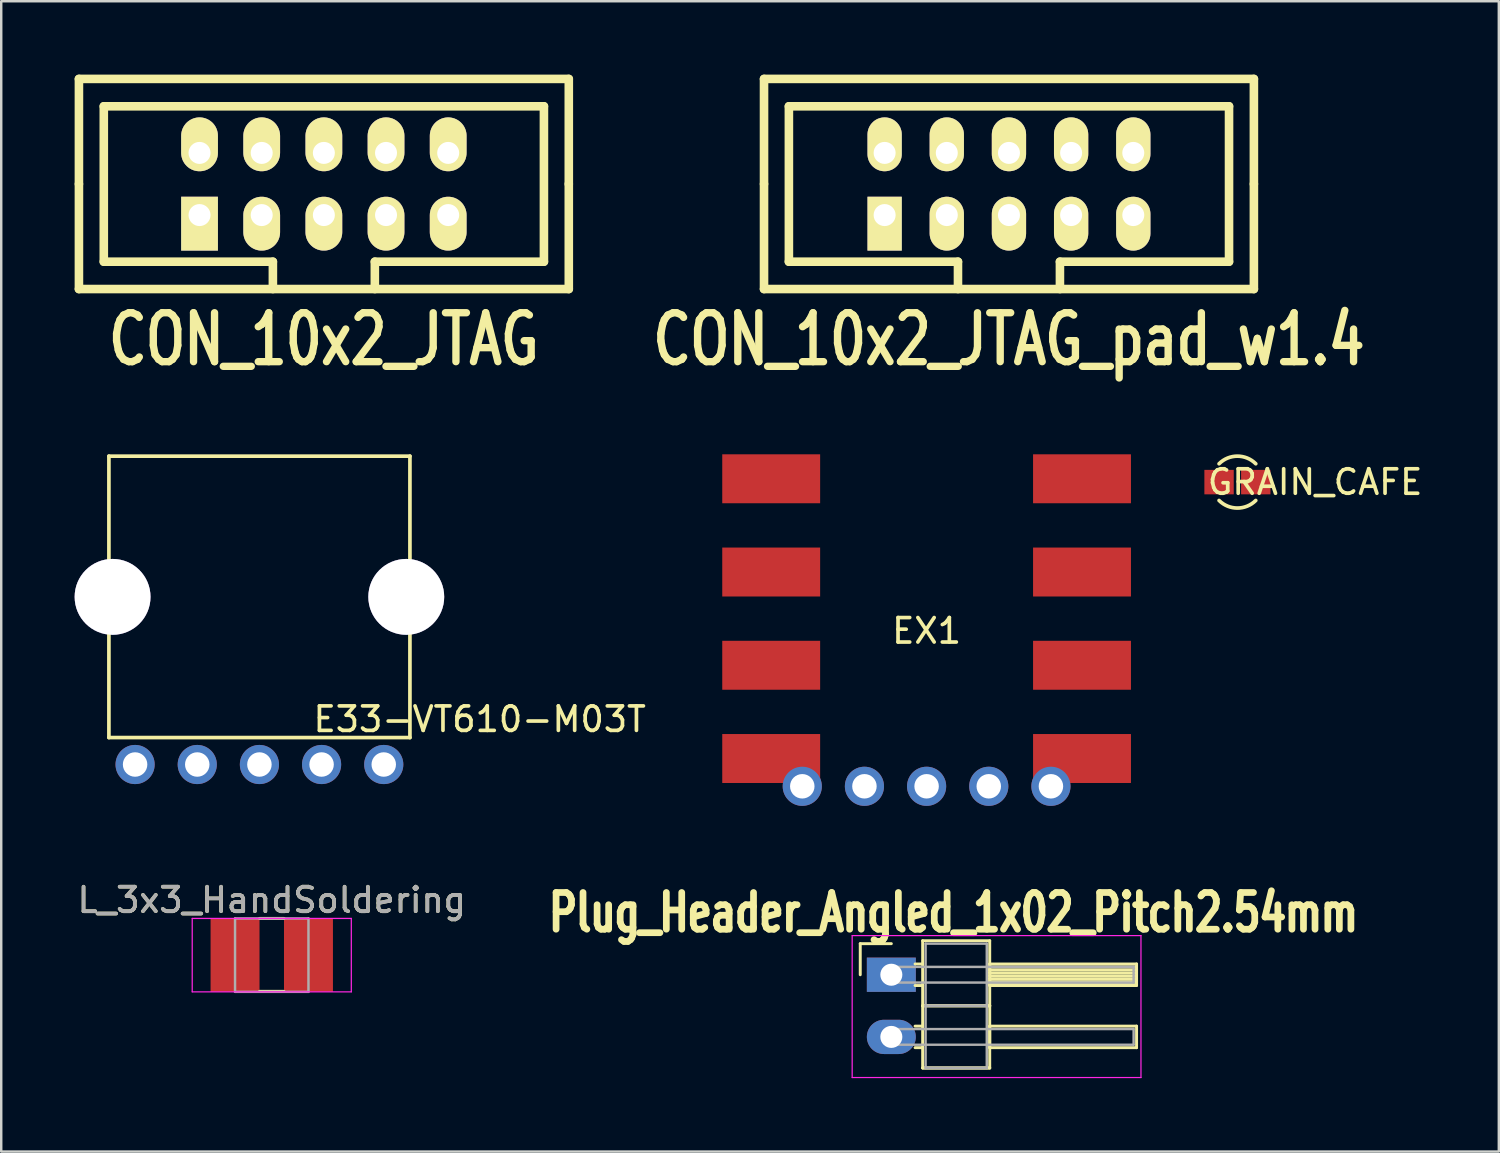
<source format=kicad_pcb>
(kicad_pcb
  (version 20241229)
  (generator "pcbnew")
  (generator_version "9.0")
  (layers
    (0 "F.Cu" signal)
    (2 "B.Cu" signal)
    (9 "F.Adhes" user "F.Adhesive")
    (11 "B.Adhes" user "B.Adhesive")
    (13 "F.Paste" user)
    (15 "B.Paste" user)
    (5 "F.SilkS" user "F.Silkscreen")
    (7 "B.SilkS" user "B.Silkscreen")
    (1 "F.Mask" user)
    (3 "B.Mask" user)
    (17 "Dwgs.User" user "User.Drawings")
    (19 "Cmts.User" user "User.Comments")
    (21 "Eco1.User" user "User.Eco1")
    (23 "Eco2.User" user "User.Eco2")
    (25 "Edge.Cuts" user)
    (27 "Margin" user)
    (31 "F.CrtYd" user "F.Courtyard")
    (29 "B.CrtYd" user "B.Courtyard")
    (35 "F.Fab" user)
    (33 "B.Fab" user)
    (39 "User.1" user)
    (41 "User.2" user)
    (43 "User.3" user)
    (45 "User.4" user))
  (footprint "E33-VT610-M03T"
    (layer "F.Cu")
    (at 7.55 21.338)
    (property "Reference" "E33-VT610-M03T" (at 9 5 0) (layer "F.SilkS") (effects (font (size 1 1) (thickness 0.15))))
    (attr through_hole)
    (fp_line (start -6.15 -5.75) (end -6.15 5.75) (stroke (width 0.15) (type solid)) (layer "F.SilkS"))
    (fp_line (start -6.15 -5.75) (end 6.15 -5.75) (stroke (width 0.15) (type solid)) (layer "F.SilkS"))
    (fp_line (start -6.15 5.75) (end 6.15 5.75) (stroke (width 0.15) (type solid)) (layer "F.SilkS"))
    (fp_line (start 6.15 5.75) (end 6.15 -5.75) (stroke (width 0.15) (type solid)) (layer "F.SilkS"))
    (pad "1" thru_hole circle (at -5.08 6.85) (size 1.6 1.6) (drill 1) (layers "*.Cu" "*.Mask"))
    (pad "2" thru_hole circle (at -2.54 6.85) (size 1.6 1.6) (drill 1) (layers "*.Cu" "*.Mask"))
    (pad "3" thru_hole circle (at 0 6.85) (size 1.6 1.6) (drill 1) (layers "*.Cu" "*.Mask"))
    (pad "4" thru_hole circle (at 2.54 6.85) (size 1.6 1.6) (drill 1) (layers "*.Cu" "*.Mask"))
    (pad "5" thru_hole circle (at 5.08 6.85) (size 1.6 1.6) (drill 1) (layers "*.Cu" "*.Mask"))
    (pad "6" thru_hole circle (at -6 0) (size 3.1 3.1) (drill 3.1) (layers "*.Cu" "*.Mask"))
    (pad "6" thru_hole circle (at 6 0) (size 3.1 3.1) (drill 3.1) (layers "*.Cu" "*.Mask")))
  (footprint "CON_10x2_JTAG_pad_w1.4"
    (layer "F.Cu")
    (at 38.176 4.468)
    (property "Reference" "CON_10x2_JTAG_pad_w1.4" (at 0 6.35 0) (layer "F.SilkS") (effects (font (size 1.999 1.501) (thickness 0.3))))
    (attr through_hole)
    (fp_line (start -10.008 -4.293) (end 10.008 -4.293) (stroke (width 0.351) (type solid)) (layer "F.SilkS"))
    (fp_line (start -10.008 0) (end -10.008 -4.293) (stroke (width 0.351) (type solid)) (layer "F.SilkS"))
    (fp_line (start -10.008 0) (end -10.008 4.293) (stroke (width 0.351) (type solid)) (layer "F.SilkS"))
    (fp_line (start -10.008 4.293) (end 10.008 4.293) (stroke (width 0.351) (type solid)) (layer "F.SilkS"))
    (fp_line (start -8.992 -3.175) (end -8.992 3.175) (stroke (width 0.351) (type solid)) (layer "F.SilkS"))
    (fp_line (start -2.083 3.175) (end -8.992 3.175) (stroke (width 0.351) (type solid)) (layer "F.SilkS"))
    (fp_line (start -2.083 4.293) (end -2.083 3.175) (stroke (width 0.351) (type solid)) (layer "F.SilkS"))
    (fp_line (start 2.083 3.175) (end 8.992 3.175) (stroke (width 0.351) (type solid)) (layer "F.SilkS"))
    (fp_line (start 2.083 4.293) (end 2.083 3.175) (stroke (width 0.351) (type solid)) (layer "F.SilkS"))
    (fp_line (start 8.992 -3.175) (end -8.992 -3.175) (stroke (width 0.351) (type solid)) (layer "F.SilkS"))
    (fp_line (start 8.992 3.175) (end 8.992 -3.175) (stroke (width 0.351) (type solid)) (layer "F.SilkS"))
    (fp_line (start 10.008 0) (end 10.008 -4.293) (stroke (width 0.351) (type solid)) (layer "F.SilkS"))
    (fp_line (start 10.008 0) (end 10.008 4.293) (stroke (width 0.351) (type solid)) (layer "F.SilkS"))
    (pad "1" thru_hole rect (at -5.08 1.27) (size 1.4 2.2) (drill 0.899 (offset 0 0.351)) (layers "*.Cu" "*.Mask" "F.SilkS"))
    (pad "2" thru_hole oval (at -5.08 -1.27) (size 1.4 2.2) (drill 0.899 (offset 0 -0.351)) (layers "*.Cu" "*.Mask" "F.SilkS"))
    (pad "3" thru_hole oval (at -2.54 1.27) (size 1.4 2.2) (drill 0.899 (offset 0 0.351)) (layers "*.Cu" "*.Mask" "F.SilkS"))
    (pad "4" thru_hole oval (at -2.54 -1.27) (size 1.4 2.2) (drill 0.899 (offset 0 -0.351)) (layers "*.Cu" "*.Mask" "F.SilkS"))
    (pad "5" thru_hole oval (at 0 1.27) (size 1.4 2.2) (drill 0.899 (offset 0 0.351)) (layers "*.Cu" "*.Mask" "F.SilkS"))
    (pad "6" thru_hole oval (at 0 -1.27) (size 1.4 2.2) (drill 0.899 (offset 0 -0.351)) (layers "*.Cu" "*.Mask" "F.SilkS"))
    (pad "7" thru_hole oval (at 2.54 1.27) (size 1.4 2.2) (drill 0.899 (offset 0 0.351)) (layers "*.Cu" "*.Mask" "F.SilkS"))
    (pad "8" thru_hole oval (at 2.54 -1.27) (size 1.4 2.2) (drill 0.899 (offset 0 -0.351)) (layers "*.Cu" "*.Mask" "F.SilkS"))
    (pad "9" thru_hole oval (at 5.08 1.27) (size 1.4 2.2) (drill 0.899 (offset 0 0.351)) (layers "*.Cu" "*.Mask" "F.SilkS"))
    (pad "10" thru_hole oval (at 5.08 -1.27) (size 1.4 2.2) (drill 0.899 (offset 0 -0.351)) (layers "*.Cu" "*.Mask" "F.SilkS")))
  (footprint "GRAIN_CAFE"
    (layer "F.Cu")
    (at 47.511 16.649)
    (property "Reference" "GRAIN_CAFE" (at 3.175 0 0) (layer "F.SilkS") (effects (font (size 1 1) (thickness 0.15))))
    (attr through_hole)
    (fp_line (start -0.127 -0.381) (end -0.127 0.381) (stroke (width 0.25) (type solid)) (layer "F.Mask"))
    (fp_line (start 0 -0.381) (end 0 0.381) (stroke (width 0.25) (type solid)) (layer "F.Mask"))
    (fp_line (start 0.127 -0.381) (end 0.127 0.381) (stroke (width 0.25) (type solid)) (layer "F.Mask"))
    (fp_arc (start -0.75 -0.75) (mid 0 -1.06066) (end 0.75 -0.75) (stroke (width 0.15) (type solid)) (layer "F.SilkS"))
    (fp_arc (start 0.75 0.75) (mid 0 1.06066) (end -0.75 0.75) (stroke (width 0.15) (type solid)) (layer "F.SilkS"))
    (pad "1" smd rect (at -0.75 0) (size 1.2 1) (layers "F.Cu" "F.Mask" "F.Paste"))
    (pad "2" smd rect (at 0.75 0) (size 1.2 1) (layers "F.Cu" "F.Mask" "F.Paste")))
  (footprint "CON_10x2_JTAG"
    (layer "F.Cu")
    (at 10.183 4.468)
    (property "Reference" "CON_10x2_JTAG" (at 0 6.35 0) (layer "F.SilkS") (effects (font (size 1.999 1.501) (thickness 0.3))))
    (attr through_hole)
    (fp_line (start -10.008 -4.293) (end 10.008 -4.293) (stroke (width 0.351) (type solid)) (layer "F.SilkS"))
    (fp_line (start -10.008 0) (end -10.008 -4.293) (stroke (width 0.351) (type solid)) (layer "F.SilkS"))
    (fp_line (start -10.008 0) (end -10.008 4.293) (stroke (width 0.351) (type solid)) (layer "F.SilkS"))
    (fp_line (start -10.008 4.293) (end 10.008 4.293) (stroke (width 0.351) (type solid)) (layer "F.SilkS"))
    (fp_line (start -8.992 -3.175) (end -8.992 3.175) (stroke (width 0.351) (type solid)) (layer "F.SilkS"))
    (fp_line (start -2.083 3.175) (end -8.992 3.175) (stroke (width 0.351) (type solid)) (layer "F.SilkS"))
    (fp_line (start -2.083 4.293) (end -2.083 3.175) (stroke (width 0.351) (type solid)) (layer "F.SilkS"))
    (fp_line (start 2.083 3.175) (end 8.992 3.175) (stroke (width 0.351) (type solid)) (layer "F.SilkS"))
    (fp_line (start 2.083 4.293) (end 2.083 3.175) (stroke (width 0.351) (type solid)) (layer "F.SilkS"))
    (fp_line (start 8.992 -3.175) (end -8.992 -3.175) (stroke (width 0.351) (type solid)) (layer "F.SilkS"))
    (fp_line (start 8.992 3.175) (end 8.992 -3.175) (stroke (width 0.351) (type solid)) (layer "F.SilkS"))
    (fp_line (start 10.008 0) (end 10.008 -4.293) (stroke (width 0.351) (type solid)) (layer "F.SilkS"))
    (fp_line (start 10.008 0) (end 10.008 4.293) (stroke (width 0.351) (type solid)) (layer "F.SilkS"))
    (pad "1" thru_hole rect (at -5.08 1.27) (size 1.501 2.2) (drill 0.899 (offset 0 0.351)) (layers "*.Cu" "*.Mask" "F.SilkS"))
    (pad "2" thru_hole oval (at -5.08 -1.27) (size 1.501 2.2) (drill 0.899 (offset 0 -0.351)) (layers "*.Cu" "*.Mask" "F.SilkS"))
    (pad "3" thru_hole oval (at -2.54 1.27) (size 1.501 2.2) (drill 0.899 (offset 0 0.351)) (layers "*.Cu" "*.Mask" "F.SilkS"))
    (pad "4" thru_hole oval (at -2.54 -1.27) (size 1.501 2.2) (drill 0.899 (offset 0 -0.351)) (layers "*.Cu" "*.Mask" "F.SilkS"))
    (pad "5" thru_hole oval (at 0 1.27) (size 1.501 2.2) (drill 0.899 (offset 0 0.351)) (layers "*.Cu" "*.Mask" "F.SilkS"))
    (pad "6" thru_hole oval (at 0 -1.27) (size 1.501 2.2) (drill 0.899 (offset 0 -0.351)) (layers "*.Cu" "*.Mask" "F.SilkS"))
    (pad "7" thru_hole oval (at 2.54 1.27) (size 1.501 2.2) (drill 0.899 (offset 0 0.351)) (layers "*.Cu" "*.Mask" "F.SilkS"))
    (pad "8" thru_hole oval (at 2.54 -1.27) (size 1.501 2.2) (drill 0.899 (offset 0 -0.351)) (layers "*.Cu" "*.Mask" "F.SilkS"))
    (pad "9" thru_hole oval (at 5.08 1.27) (size 1.501 2.2) (drill 0.899 (offset 0 0.351)) (layers "*.Cu" "*.Mask" "F.SilkS"))
    (pad "10" thru_hole oval (at 5.08 -1.27) (size 1.501 2.2) (drill 0.899 (offset 0 -0.351)) (layers "*.Cu" "*.Mask" "F.SilkS")))
  (footprint "L_3x3_HandSoldering"
    (layer "F.Cu")
    (at 8.054 35.977)
    (property "Reference" "L_3x3_HandSoldering" (at 0 -2.25 0) (layer "F.SilkS") (effects (font (size 1 1) (thickness 0.15))))
    (attr smd)
    (fp_line (start -0.5 1.48) (end 0.5 1.48) (stroke (width 0.12) (type solid)) (layer "F.SilkS"))
    (fp_line (start 0.5 -1.5) (end -0.5 -1.5) (stroke (width 0.12) (type solid)) (layer "F.SilkS"))
    (fp_line (start -3.25 -1.5) (end -3.25 1.5) (stroke (width 0.05) (type solid)) (layer "F.CrtYd"))
    (fp_line (start -3.25 -1.5) (end 3.25 -1.5) (stroke (width 0.05) (type solid)) (layer "F.CrtYd"))
    (fp_line (start 3.25 1.5) (end -3.25 1.5) (stroke (width 0.05) (type solid)) (layer "F.CrtYd"))
    (fp_line (start 3.25 1.5) (end 3.25 -1.5) (stroke (width 0.05) (type solid)) (layer "F.CrtYd"))
    (fp_line (start -1.5 -1.5) (end 1.5 -1.5) (stroke (width 0.1) (type solid)) (layer "F.Fab"))
    (fp_line (start -1.5 1.5) (end -1.5 -1.5) (stroke (width 0.1) (type solid)) (layer "F.Fab"))
    (fp_line (start 1.5 -1.5) (end 1.5 1.5) (stroke (width 0.1) (type solid)) (layer "F.Fab"))
    (fp_line (start 1.5 1.5) (end -1.5 1.5) (stroke (width 0.1) (type solid)) (layer "F.Fab"))
    (fp_text user "${REFERENCE}" (at 0 -2.25 0) (layer "F.Fab") (effects (font (size 1 1) (thickness 0.15))))
    (pad "1" smd rect (at -1.5 0) (size 2 3) (layers "F.Cu" "F.Mask" "F.Paste"))
    (pad "2" smd rect (at 1.5 0) (size 2 3) (layers "F.Cu" "F.Mask" "F.Paste")))
  (footprint "EX1"
    (layer "F.Cu")
    (at 34.811 22.228)
    (property "Reference" "EX1" (at 0 0.5 0) (layer "F.SilkS") (effects (font (size 1 1) (thickness 0.15))))
    (attr through_hole)
    (pad "1" smd rect (at -6.35 -5.715) (size 4 2) (layers "F.Cu" "F.Mask" "F.Paste"))
    (pad "1" thru_hole circle (at -5.08 6.85) (size 1.6 1.6) (drill 1) (layers "*.Cu" "*.Mask"))
    (pad "2" smd rect (at -6.35 -1.905) (size 4 2) (layers "F.Cu" "F.Mask" "F.Paste"))
    (pad "2" thru_hole circle (at -2.54 6.85) (size 1.6 1.6) (drill 1) (layers "*.Cu" "*.Mask"))
    (pad "3" smd rect (at -6.35 1.905) (size 4 2) (layers "F.Cu" "F.Mask" "F.Paste"))
    (pad "3" thru_hole circle (at 0 6.85) (size 1.6 1.6) (drill 1) (layers "*.Cu" "*.Mask"))
    (pad "4" smd rect (at -6.35 5.715) (size 4 2) (layers "F.Cu" "F.Mask" "F.Paste"))
    (pad "4" thru_hole circle (at 2.54 6.85) (size 1.6 1.6) (drill 1) (layers "*.Cu" "*.Mask"))
    (pad "5" thru_hole circle (at 5.08 6.85) (size 1.6 1.6) (drill 1) (layers "*.Cu" "*.Mask"))
    (pad "5" smd rect (at 6.35 5.715) (size 4 2) (layers "F.Cu" "F.Mask" "F.Paste"))
    (pad "6" smd rect (at 6.35 1.905) (size 4 2) (layers "F.Cu" "F.Mask" "F.Paste"))
    (pad "7" smd rect (at 6.35 -1.905) (size 4 2) (layers "F.Cu" "F.Mask" "F.Paste"))
    (pad "8" smd rect (at 6.35 -5.715) (size 4 2) (layers "F.Cu" "F.Mask" "F.Paste")))
  (footprint "Plug_Header_Angled_1x02_Pitch2.54mm"
    (layer "F.Cu")
    (at 33.37 36.778)
    (property "Reference" "Plug_Header_Angled_1x02_Pitch2.54mm" (at 2.54 -2.54 0) (layer "F.SilkS") (effects (font (size 1.5 1.1) (thickness 0.275))))
    (attr through_hole)
    (fp_line (start -1.27 -1.27) (end 0 -1.27) (stroke (width 0.12) (type solid)) (layer "F.SilkS"))
    (fp_line (start -1.27 0) (end -1.27 -1.27) (stroke (width 0.12) (type solid)) (layer "F.SilkS"))
    (fp_line (start 0.97 -0.44) (end 1.28 -0.44) (stroke (width 0.12) (type solid)) (layer "F.SilkS"))
    (fp_line (start 0.97 0.44) (end 1.28 0.44) (stroke (width 0.12) (type solid)) (layer "F.SilkS"))
    (fp_line (start 0.97 2.1) (end 1.28 2.1) (stroke (width 0.12) (type solid)) (layer "F.SilkS"))
    (fp_line (start 0.97 2.98) (end 1.28 2.98) (stroke (width 0.12) (type solid)) (layer "F.SilkS"))
    (fp_line (start 1.28 -1.39) (end 1.28 1.27) (stroke (width 0.12) (type solid)) (layer "F.SilkS"))
    (fp_line (start 1.28 1.27) (end 1.28 3.81) (stroke (width 0.12) (type solid)) (layer "F.SilkS"))
    (fp_line (start 1.28 1.27) (end 4.02 1.27) (stroke (width 0.12) (type solid)) (layer "F.SilkS"))
    (fp_line (start 1.28 3.81) (end 4.02 3.81) (stroke (width 0.12) (type solid)) (layer "F.SilkS"))
    (fp_line (start 4.02 -1.39) (end 1.28 -1.39) (stroke (width 0.12) (type solid)) (layer "F.SilkS"))
    (fp_line (start 4.02 -0.44) (end 4.02 0.44) (stroke (width 0.12) (type solid)) (layer "F.SilkS"))
    (fp_line (start 4.02 -0.32) (end 10.02 -0.32) (stroke (width 0.12) (type solid)) (layer "F.SilkS"))
    (fp_line (start 4.02 -0.2) (end 10.02 -0.2) (stroke (width 0.12) (type solid)) (layer "F.SilkS"))
    (fp_line (start 4.02 -0.08) (end 10.02 -0.08) (stroke (width 0.12) (type solid)) (layer "F.SilkS"))
    (fp_line (start 4.02 0.04) (end 10.02 0.04) (stroke (width 0.12) (type solid)) (layer "F.SilkS"))
    (fp_line (start 4.02 0.16) (end 10.02 0.16) (stroke (width 0.12) (type solid)) (layer "F.SilkS"))
    (fp_line (start 4.02 0.28) (end 10.02 0.28) (stroke (width 0.12) (type solid)) (layer "F.SilkS"))
    (fp_line (start 4.02 0.4) (end 10.02 0.4) (stroke (width 0.12) (type solid)) (layer "F.SilkS"))
    (fp_line (start 4.02 0.44) (end 10.02 0.44) (stroke (width 0.12) (type solid)) (layer "F.SilkS"))
    (fp_line (start 4.02 1.27) (end 1.28 1.27) (stroke (width 0.12) (type solid)) (layer "F.SilkS"))
    (fp_line (start 4.02 1.27) (end 4.02 -1.39) (stroke (width 0.12) (type solid)) (layer "F.SilkS"))
    (fp_line (start 4.02 2.1) (end 4.02 2.98) (stroke (width 0.12) (type solid)) (layer "F.SilkS"))
    (fp_line (start 4.02 2.98) (end 10.02 2.98) (stroke (width 0.12) (type solid)) (layer "F.SilkS"))
    (fp_line (start 4.02 3.81) (end 1.28 3.81) (stroke (width 0.12) (type solid)) (layer "F.SilkS"))
    (fp_line (start 4.02 3.81) (end 4.02 1.27) (stroke (width 0.12) (type solid)) (layer "F.SilkS"))
    (fp_line (start 10.02 -0.44) (end 4.02 -0.44) (stroke (width 0.12) (type solid)) (layer "F.SilkS"))
    (fp_line (start 10.02 0.44) (end 10.02 -0.44) (stroke (width 0.12) (type solid)) (layer "F.SilkS"))
    (fp_line (start 10.02 2.1) (end 4.02 2.1) (stroke (width 0.12) (type solid)) (layer "F.SilkS"))
    (fp_line (start 10.02 2.98) (end 10.02 2.1) (stroke (width 0.12) (type solid)) (layer "F.SilkS"))
    (fp_line (start -1.6 -1.6) (end -1.6 4.2) (stroke (width 0.05) (type solid)) (layer "F.CrtYd"))
    (fp_line (start -1.6 4.2) (end 10.2 4.2) (stroke (width 0.05) (type solid)) (layer "F.CrtYd"))
    (fp_line (start 10.2 -1.6) (end -1.6 -1.6) (stroke (width 0.05) (type solid)) (layer "F.CrtYd"))
    (fp_line (start 10.2 -1.6) (end 10.2 4.2) (stroke (width 0.05) (type solid)) (layer "F.CrtYd"))
    (fp_line (start 0 -0.32) (end 0 0.32) (stroke (width 0.1) (type solid)) (layer "F.Fab"))
    (fp_line (start 0 0.32) (end 9.9 0.32) (stroke (width 0.1) (type solid)) (layer "F.Fab"))
    (fp_line (start 0 2.22) (end 0 2.86) (stroke (width 0.1) (type solid)) (layer "F.Fab"))
    (fp_line (start 0 2.86) (end 9.9 2.86) (stroke (width 0.1) (type solid)) (layer "F.Fab"))
    (fp_line (start 1.4 -1.27) (end 1.4 1.27) (stroke (width 0.1) (type solid)) (layer "F.Fab"))
    (fp_line (start 1.4 1.27) (end 1.4 3.81) (stroke (width 0.1) (type solid)) (layer "F.Fab"))
    (fp_line (start 1.4 1.27) (end 3.9 1.27) (stroke (width 0.1) (type solid)) (layer "F.Fab"))
    (fp_line (start 1.4 3.81) (end 3.9 3.81) (stroke (width 0.1) (type solid)) (layer "F.Fab"))
    (fp_line (start 3.9 -1.27) (end 1.4 -1.27) (stroke (width 0.1) (type solid)) (layer "F.Fab"))
    (fp_line (start 3.9 1.27) (end 1.4 1.27) (stroke (width 0.1) (type solid)) (layer "F.Fab"))
    (fp_line (start 3.9 1.27) (end 3.9 -1.27) (stroke (width 0.1) (type solid)) (layer "F.Fab"))
    (fp_line (start 3.9 3.81) (end 1.4 3.81) (stroke (width 0.1) (type solid)) (layer "F.Fab"))
    (fp_line (start 3.9 3.81) (end 3.9 1.27) (stroke (width 0.1) (type solid)) (layer "F.Fab"))
    (fp_line (start 9.9 -0.32) (end 0 -0.32) (stroke (width 0.1) (type solid)) (layer "F.Fab"))
    (fp_line (start 9.9 0.32) (end 9.9 -0.32) (stroke (width 0.1) (type solid)) (layer "F.Fab"))
    (fp_line (start 9.9 2.22) (end 0 2.22) (stroke (width 0.1) (type solid)) (layer "F.Fab"))
    (fp_line (start 9.9 2.86) (end 9.9 2.22) (stroke (width 0.1) (type solid)) (layer "F.Fab"))
    (pad "1" thru_hole rect (at 0 0) (size 2 1.4) (drill 0.9) (layers "*.Cu" "*.Mask"))
    (pad "2" thru_hole oval (at 0 2.54) (size 2 1.4) (drill 0.9) (layers "*.Cu" "*.Mask")))
  (gr_rect
    (start -3 -3)
    (end 58.192 44.003)
    (stroke (width 0.1) (type default))
    (fill no)
    (layer "Edge.Cuts")))
</source>
